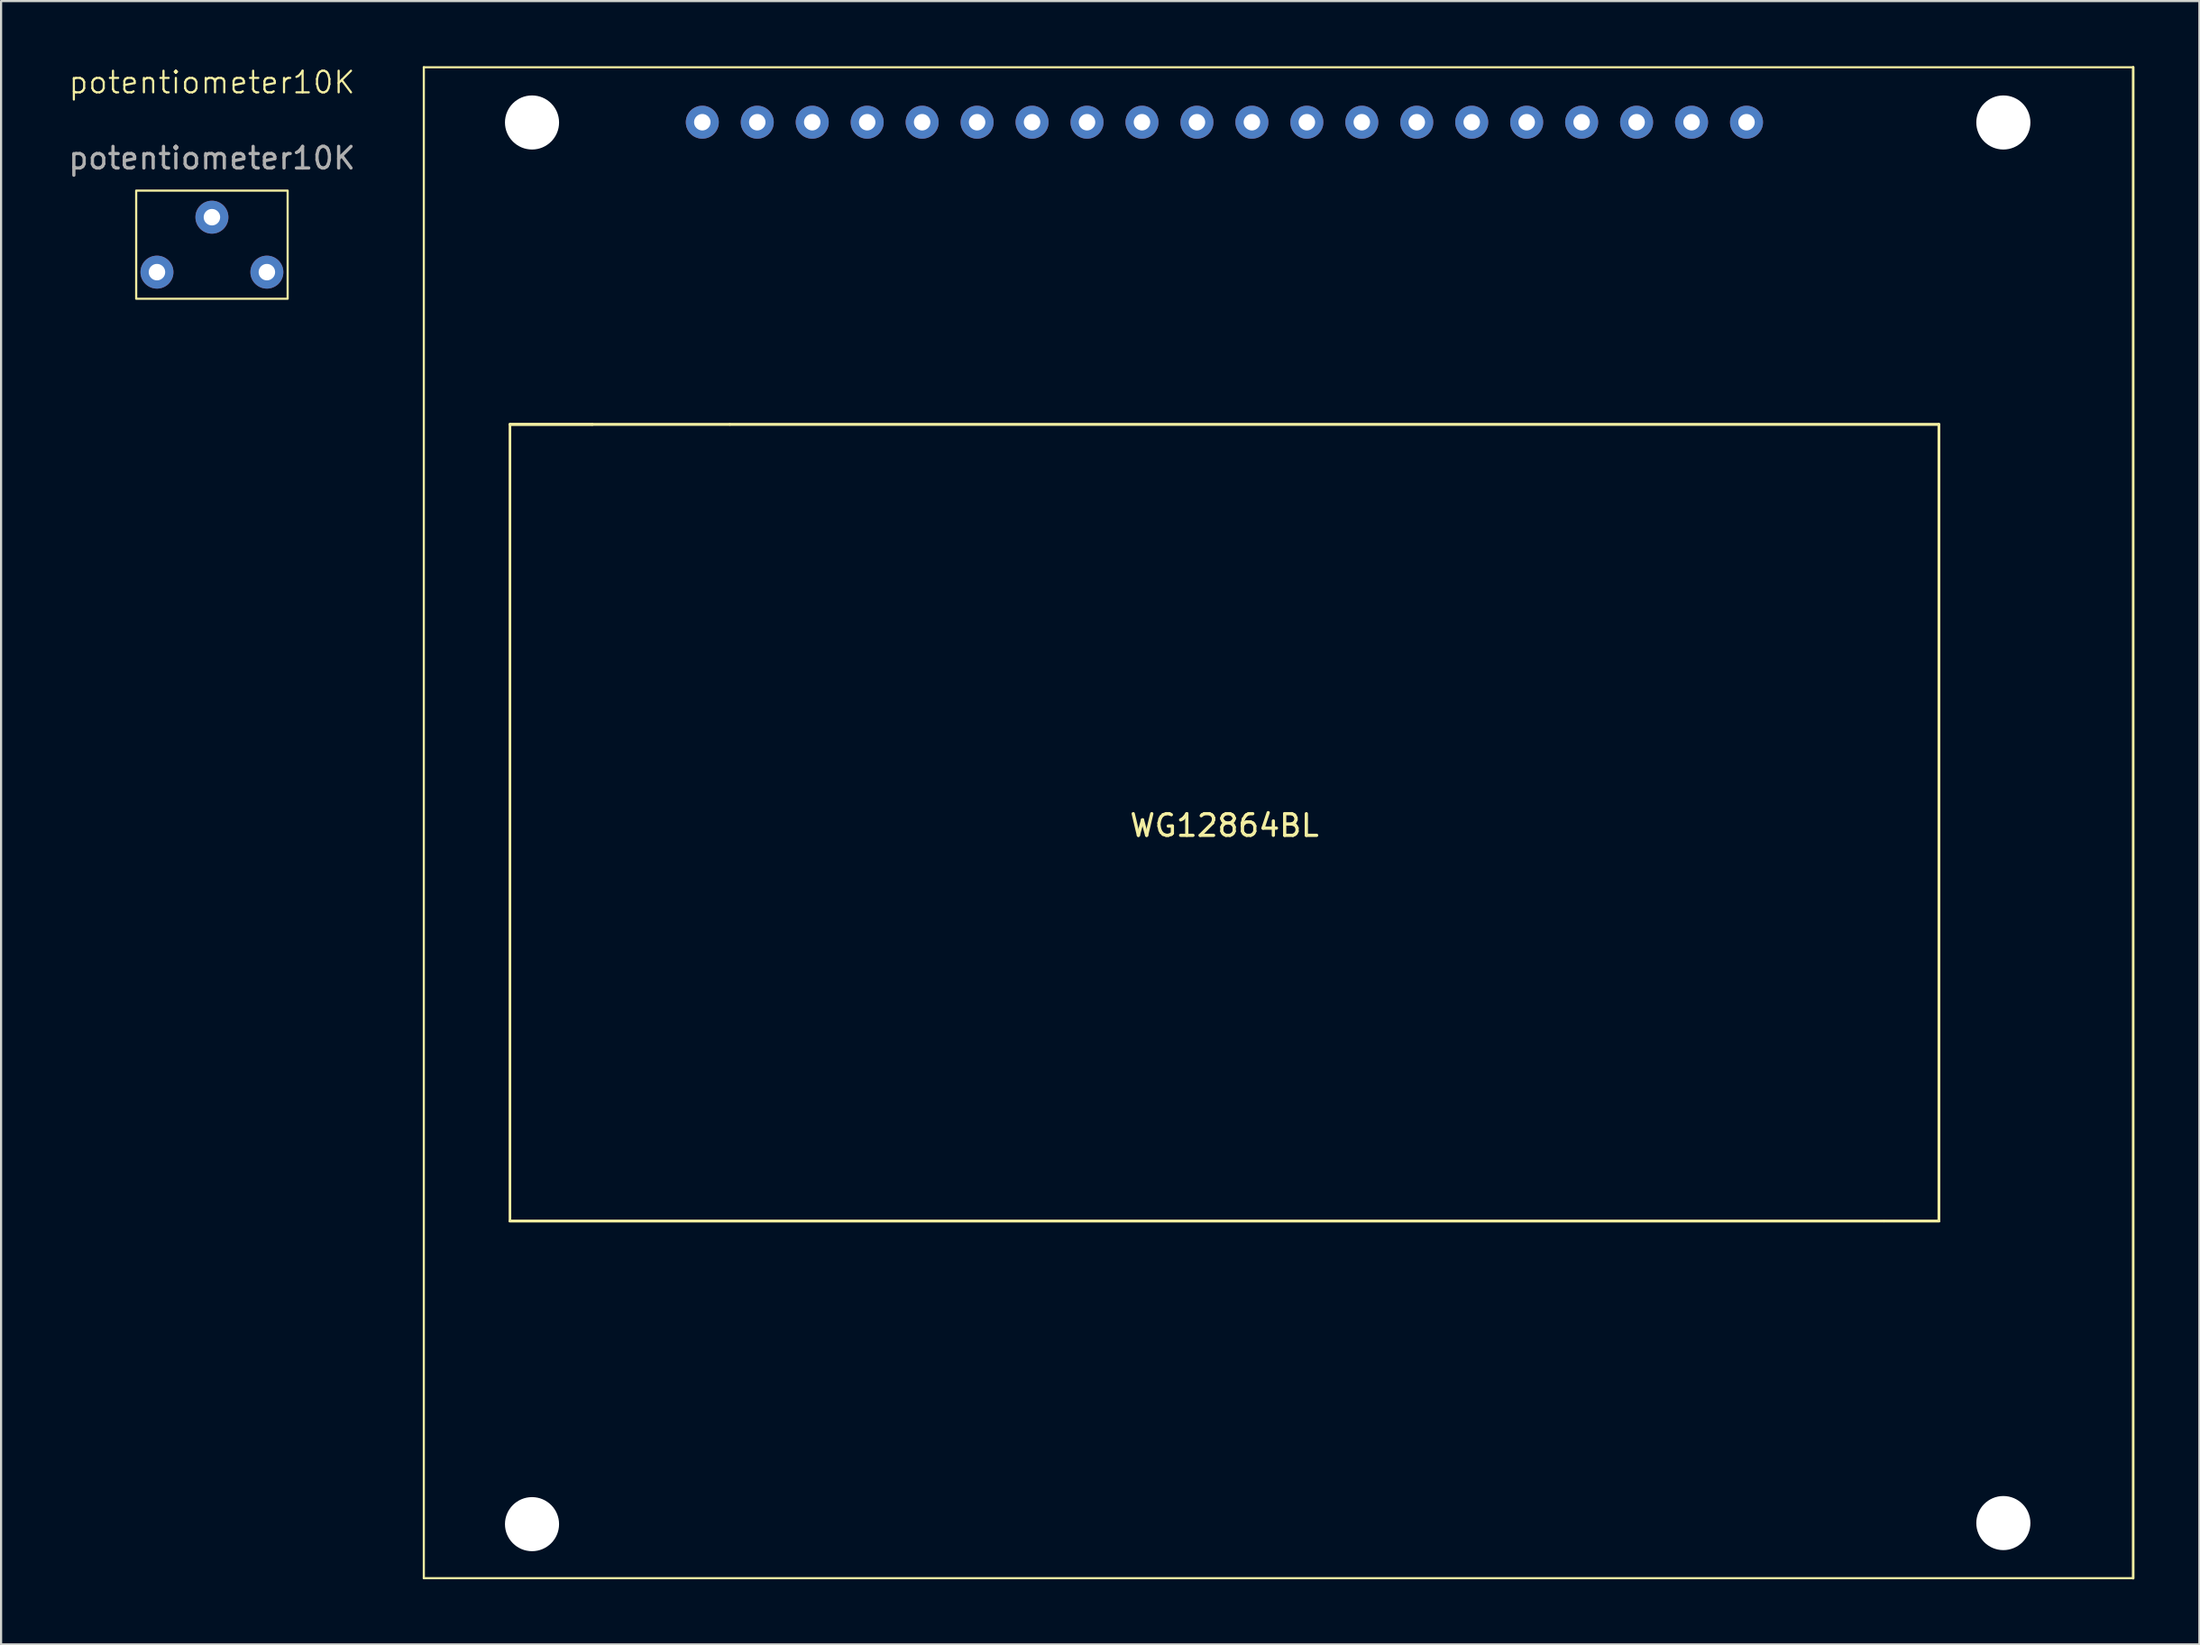
<source format=kicad_pcb>
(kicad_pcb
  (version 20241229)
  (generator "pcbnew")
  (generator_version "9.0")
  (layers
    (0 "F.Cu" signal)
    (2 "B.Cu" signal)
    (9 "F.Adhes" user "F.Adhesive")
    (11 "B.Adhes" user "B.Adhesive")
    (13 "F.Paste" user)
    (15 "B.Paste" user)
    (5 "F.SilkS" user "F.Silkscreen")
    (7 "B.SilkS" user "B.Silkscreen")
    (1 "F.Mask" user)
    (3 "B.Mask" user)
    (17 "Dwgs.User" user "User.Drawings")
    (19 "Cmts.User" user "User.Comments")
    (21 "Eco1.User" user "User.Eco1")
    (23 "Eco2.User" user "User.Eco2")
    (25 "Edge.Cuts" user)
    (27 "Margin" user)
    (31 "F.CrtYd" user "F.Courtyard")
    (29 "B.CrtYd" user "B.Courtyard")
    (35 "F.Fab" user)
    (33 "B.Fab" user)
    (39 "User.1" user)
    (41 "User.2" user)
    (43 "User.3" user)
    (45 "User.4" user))
  (footprint "potentiometer10K"
    (layer "F.Cu")
    (at 6.744 8.261)
    (property "Reference" "potentiometer10K" (at 0 -7.5 0) (unlocked yes) (layer "F.SilkS") (effects (font (size 1 1) (thickness 0.1))))
    (attr through_hole)
    (fp_rect (start -3.5 -2.5) (end 3.5 2.5) (stroke (width 0.1) (type default)) (fill no) (layer "F.SilkS"))
    (fp_text user "${REFERENCE}" (at 0 -4 0) (unlocked yes) (layer "F.Fab") (effects (font (size 1 1) (thickness 0.15))))
    (pad "1" thru_hole circle (at 2.54 1.27) (size 1.524 1.524) (drill 0.762) (layers "*.Cu" "*.Mask"))
    (pad "2" thru_hole circle (at 0 -1.27) (size 1.524 1.524) (drill 0.762) (layers "*.Cu" "*.Mask"))
    (pad "3" thru_hole circle (at -2.54 1.27) (size 1.524 1.524) (drill 0.762) (layers "*.Cu" "*.Mask")))
  (footprint "WG12864BL"
    (layer "F.Cu")
    (at 53.538 35.112)
    (property "Reference" "WG12864BL" (at 0 0 0) (layer "F.SilkS") (effects (font (size 1 1) (thickness 0.15))))
    (attr through_hole)
    (fp_line (start -37 34.798) (end -37 -35.052) (stroke (width 0.1) (type default)) (layer "F.SilkS"))
    (fp_line (start -33.02 -18.542) (end -29.21 -18.542) (stroke (width 0.12) (type solid)) (layer "F.SilkS"))
    (fp_line (start -33.02 -18.542) (end 33.02 -18.542) (stroke (width 0.12) (type solid)) (layer "F.SilkS"))
    (fp_line (start -33.02 18.288) (end -33.02 -18.542) (stroke (width 0.12) (type solid)) (layer "F.SilkS"))
    (fp_line (start -33.02 18.288) (end 30.48 18.288) (stroke (width 0.12) (type solid)) (layer "F.SilkS"))
    (fp_line (start -29.21 -18.542) (end -33.02 -18.542) (stroke (width 0.12) (type solid)) (layer "F.SilkS"))
    (fp_line (start -29.21 -18.542) (end -22.86 -18.542) (stroke (width 0.12) (type solid)) (layer "F.SilkS"))
    (fp_line (start 30.48 18.288) (end 33.02 18.288) (stroke (width 0.12) (type solid)) (layer "F.SilkS"))
    (fp_line (start 33.02 -18.542) (end -22.86 -18.542) (stroke (width 0.12) (type solid)) (layer "F.SilkS"))
    (fp_line (start 33.02 -18.542) (end 33.02 18.288) (stroke (width 0.12) (type solid)) (layer "F.SilkS"))
    (fp_line (start 33.02 18.288) (end -33.02 18.288) (stroke (width 0.12) (type solid)) (layer "F.SilkS"))
    (fp_line (start 33.02 18.288) (end 33.02 -18.542) (stroke (width 0.12) (type solid)) (layer "F.SilkS"))
    (fp_line (start 42 -35.052) (end -37 -35.052) (stroke (width 0.1) (type default)) (layer "F.SilkS"))
    (fp_line (start 42 -35.052) (end 42 34.798) (stroke (width 0.12) (type solid)) (layer "F.SilkS"))
    (fp_line (start 42 34.798) (end -37 34.798) (stroke (width 0.1) (type default)) (layer "F.SilkS"))
    (pad "" np_thru_hole circle (at -32 -32.5) (size 2.5 2.5) (drill 2.6) (layers "*.Cu" "*.Mask"))
    (pad "" np_thru_hole circle (at -32 32.3) (size 2.5 2.5) (drill 2.6) (layers "*.Cu" "*.Mask"))
    (pad "" np_thru_hole circle (at 36 -32.5) (size 2.5 2.5) (drill 2.6) (layers "*.Cu" "*.Mask"))
    (pad "" np_thru_hole circle (at 36 32.25) (size 2.5 2.5) (drill 2.6) (layers "*.Cu" "*.Mask"))
    (pad "1" thru_hole circle (at -24.13 -32.512) (size 1.524 1.524) (drill 0.762) (layers "*.Cu" "*.Mask"))
    (pad "2" thru_hole circle (at -21.59 -32.512) (size 1.524 1.524) (drill 0.762) (layers "*.Cu" "*.Mask"))
    (pad "3" thru_hole circle (at -19.05 -32.512) (size 1.524 1.524) (drill 0.762) (layers "*.Cu" "*.Mask"))
    (pad "4" thru_hole circle (at -16.51 -32.512) (size 1.524 1.524) (drill 0.762) (layers "*.Cu" "*.Mask"))
    (pad "5" thru_hole circle (at -13.97 -32.512) (size 1.524 1.524) (drill 0.762) (layers "*.Cu" "*.Mask"))
    (pad "6" thru_hole circle (at -11.43 -32.512) (size 1.524 1.524) (drill 0.762) (layers "*.Cu" "*.Mask"))
    (pad "7" thru_hole circle (at -8.89 -32.512) (size 1.524 1.524) (drill 0.762) (layers "*.Cu" "*.Mask"))
    (pad "8" thru_hole circle (at -6.35 -32.512) (size 1.524 1.524) (drill 0.762) (layers "*.Cu" "*.Mask"))
    (pad "9" thru_hole circle (at -3.81 -32.512) (size 1.524 1.524) (drill 0.762) (layers "*.Cu" "*.Mask"))
    (pad "10" thru_hole circle (at -1.27 -32.512) (size 1.524 1.524) (drill 0.762) (layers "*.Cu" "*.Mask"))
    (pad "11" thru_hole circle (at 1.27 -32.512) (size 1.524 1.524) (drill 0.762) (layers "*.Cu" "*.Mask"))
    (pad "12" thru_hole circle (at 3.81 -32.512) (size 1.524 1.524) (drill 0.762) (layers "*.Cu" "*.Mask"))
    (pad "13" thru_hole circle (at 6.35 -32.512) (size 1.524 1.524) (drill 0.762) (layers "*.Cu" "*.Mask"))
    (pad "14" thru_hole circle (at 8.89 -32.512) (size 1.524 1.524) (drill 0.762) (layers "*.Cu" "*.Mask"))
    (pad "15" thru_hole circle (at 11.43 -32.512) (size 1.524 1.524) (drill 0.762) (layers "*.Cu" "*.Mask"))
    (pad "16" thru_hole circle (at 13.97 -32.512) (size 1.524 1.524) (drill 0.762) (layers "*.Cu" "*.Mask"))
    (pad "17" thru_hole circle (at 16.51 -32.512) (size 1.524 1.524) (drill 0.762) (layers "*.Cu" "*.Mask"))
    (pad "18" thru_hole circle (at 19.05 -32.512) (size 1.524 1.524) (drill 0.762) (layers "*.Cu" "*.Mask"))
    (pad "19" thru_hole circle (at 21.59 -32.512) (size 1.524 1.524) (drill 0.762) (layers "*.Cu" "*.Mask"))
    (pad "20" thru_hole circle (at 24.13 -32.512) (size 1.524 1.524) (drill 0.762) (layers "*.Cu" "*.Mask")))
  (gr_rect
    (start -3 -3)
    (end 98.598 72.97)
    (stroke (width 0.1) (type default))
    (fill no)
    (layer "Edge.Cuts")))
</source>
